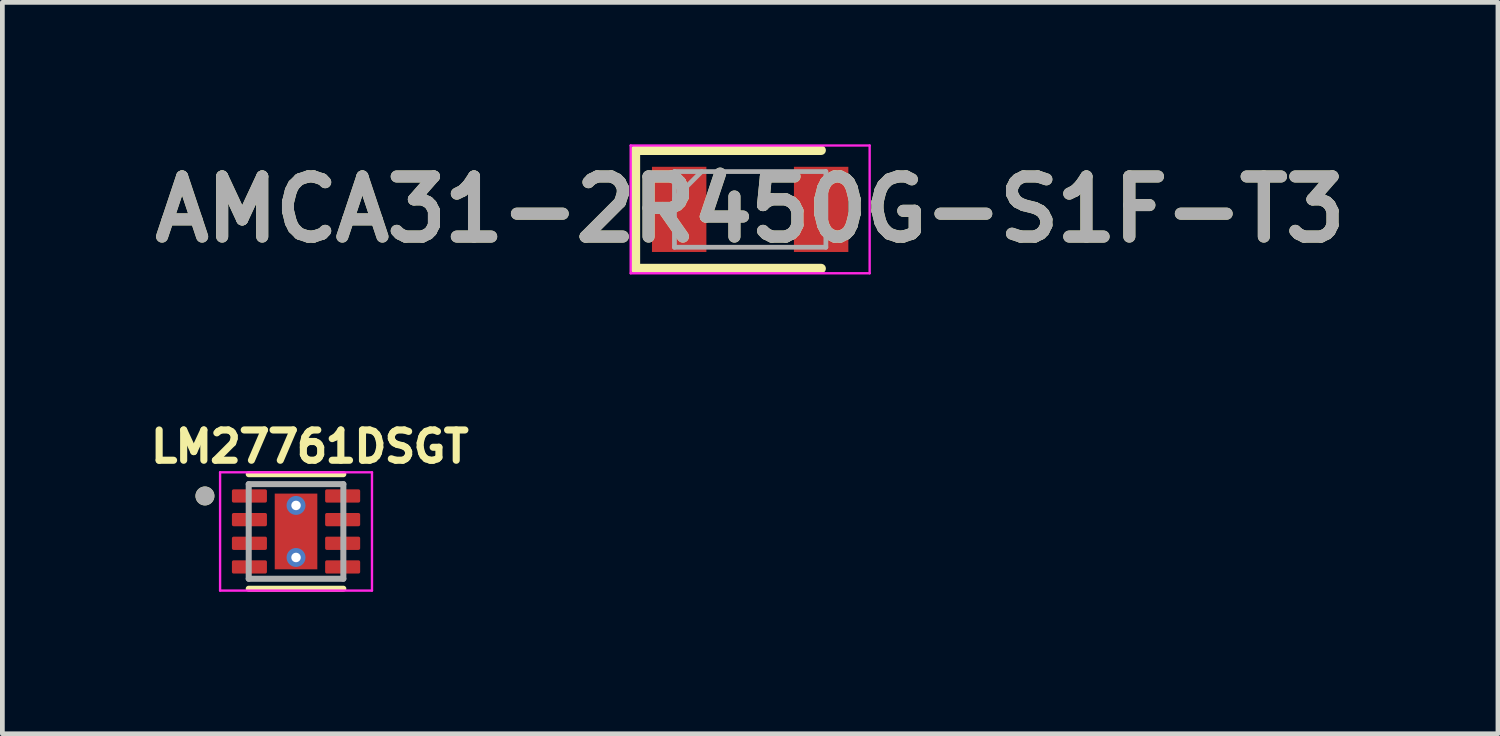
<source format=kicad_pcb>
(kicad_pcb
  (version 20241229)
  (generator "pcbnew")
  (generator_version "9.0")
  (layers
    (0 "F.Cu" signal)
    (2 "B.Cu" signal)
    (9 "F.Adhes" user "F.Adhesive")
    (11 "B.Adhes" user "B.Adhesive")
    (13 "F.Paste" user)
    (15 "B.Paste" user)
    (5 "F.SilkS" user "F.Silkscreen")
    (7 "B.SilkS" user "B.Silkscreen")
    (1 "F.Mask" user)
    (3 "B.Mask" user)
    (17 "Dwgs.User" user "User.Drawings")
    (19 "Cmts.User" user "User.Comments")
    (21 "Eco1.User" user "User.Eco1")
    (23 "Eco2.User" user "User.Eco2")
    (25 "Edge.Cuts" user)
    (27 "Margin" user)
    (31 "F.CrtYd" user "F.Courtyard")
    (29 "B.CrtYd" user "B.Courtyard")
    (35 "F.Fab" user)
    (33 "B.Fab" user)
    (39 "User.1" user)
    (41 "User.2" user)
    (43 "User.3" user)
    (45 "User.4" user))
  (footprint "LM27761DSGT"
    (layer "F.Cu")
    (at 3.206 8.181)
    (property "Reference" "LM27761DSGT" (at 0.292 -1.793 0) (layer "F.SilkS") (effects (font (size 0.64 0.64) (thickness 0.15))))
    (attr smd)
    (fp_line (start -1 -1.21) (end 1 -1.21) (stroke (width 0.127) (type solid)) (layer "F.SilkS"))
    (fp_line (start -1 1.21) (end 1 1.21) (stroke (width 0.127) (type solid)) (layer "F.SilkS"))
    (fp_circle (center -1.925 -0.75) (end -1.825 -0.75) (stroke (width 0.2) (type solid)) (fill no) (layer "F.SilkS"))
    (fp_poly (pts (xy -0.28 -0.51) (xy 0.28 -0.51) (xy 0.28 0.51) (xy -0.28 0.51)) (stroke (width 0.01) (type solid)) (fill yes) (layer "F.Paste"))
    (fp_line (start -1.605 -1.25) (end -1.605 1.25) (stroke (width 0.05) (type solid)) (layer "F.CrtYd"))
    (fp_line (start -1.605 -1.25) (end 1.605 -1.25) (stroke (width 0.05) (type solid)) (layer "F.CrtYd"))
    (fp_line (start -1.605 1.25) (end 1.605 1.25) (stroke (width 0.05) (type solid)) (layer "F.CrtYd"))
    (fp_line (start 1.605 -1.25) (end 1.605 1.25) (stroke (width 0.05) (type solid)) (layer "F.CrtYd"))
    (fp_line (start -1 -1) (end -1 1) (stroke (width 0.127) (type solid)) (layer "F.Fab"))
    (fp_line (start -1 -1) (end 1 -1) (stroke (width 0.127) (type solid)) (layer "F.Fab"))
    (fp_line (start -1 1) (end 1 1) (stroke (width 0.127) (type solid)) (layer "F.Fab"))
    (fp_line (start 1 -1) (end 1 1) (stroke (width 0.127) (type solid)) (layer "F.Fab"))
    (fp_circle (center -1.925 -0.75) (end -1.825 -0.75) (stroke (width 0.2) (type solid)) (fill no) (layer "F.Fab"))
    (pad "1" smd roundrect (at -0.985 -0.75) (size 0.74 0.28) (layers "F.Cu" "F.Mask" "F.Paste") (roundrect_rratio 0.125))
    (pad "2" smd roundrect (at -0.985 -0.25) (size 0.74 0.28) (layers "F.Cu" "F.Mask" "F.Paste") (roundrect_rratio 0.125))
    (pad "3" smd roundrect (at -0.985 0.25) (size 0.74 0.28) (layers "F.Cu" "F.Mask" "F.Paste") (roundrect_rratio 0.125))
    (pad "4" smd roundrect (at -0.985 0.75) (size 0.74 0.28) (layers "F.Cu" "F.Mask" "F.Paste") (roundrect_rratio 0.125))
    (pad "5" smd roundrect (at 0.985 0.75) (size 0.74 0.28) (layers "F.Cu" "F.Mask" "F.Paste") (roundrect_rratio 0.125))
    (pad "6" smd roundrect (at 0.985 0.25) (size 0.74 0.28) (layers "F.Cu" "F.Mask" "F.Paste") (roundrect_rratio 0.125))
    (pad "7" smd roundrect (at 0.985 -0.25) (size 0.74 0.28) (layers "F.Cu" "F.Mask" "F.Paste") (roundrect_rratio 0.125))
    (pad "8" smd roundrect (at 0.985 -0.75) (size 0.74 0.28) (layers "F.Cu" "F.Mask" "F.Paste") (roundrect_rratio 0.125))
    (pad "9" smd rect (at 0 0) (size 0.9 1.6) (layers "F.Cu" "F.Mask"))
    (pad "9_1" thru_hole circle (at 0 -0.55) (size 0.4 0.4) (drill 0.2) (layers "*.Cu"))
    (pad "9_2" thru_hole circle (at 0 0.55) (size 0.4 0.4) (drill 0.2) (layers "*.Cu")))
  (footprint "AMCA31-2R450G-S1F-T3"
    (layer "F.Cu")
    (at 12.803 1.375)
    (property "Reference" "AMCA31-2R450G-S1F-T3" (at 0 0 0) (layer "F.SilkS") (effects (font (size 1.27 1.27) (thickness 0.254))))
    (attr smd)
    (fp_line (start -2.425 -1.25) (end -2.425 1.25) (stroke (width 0.2) (type solid)) (layer "F.SilkS"))
    (fp_line (start -2.425 1.25) (end 1.5 1.25) (stroke (width 0.2) (type solid)) (layer "F.SilkS"))
    (fp_line (start 1.5 -1.25) (end -2.425 -1.25) (stroke (width 0.2) (type solid)) (layer "F.SilkS"))
    (fp_line (start -2.525 -1.35) (end 2.525 -1.35) (stroke (width 0.05) (type solid)) (layer "F.CrtYd"))
    (fp_line (start -2.525 1.35) (end -2.525 -1.35) (stroke (width 0.05) (type solid)) (layer "F.CrtYd"))
    (fp_line (start 2.525 -1.35) (end 2.525 1.35) (stroke (width 0.05) (type solid)) (layer "F.CrtYd"))
    (fp_line (start 2.525 1.35) (end -2.525 1.35) (stroke (width 0.05) (type solid)) (layer "F.CrtYd"))
    (fp_line (start -1.6 -0.8) (end 1.6 -0.8) (stroke (width 0.1) (type solid)) (layer "F.Fab"))
    (fp_line (start -1.6 -0.225) (end -1.025 -0.8) (stroke (width 0.1) (type solid)) (layer "F.Fab"))
    (fp_line (start -1.6 0.8) (end -1.6 -0.8) (stroke (width 0.1) (type solid)) (layer "F.Fab"))
    (fp_line (start 1.6 -0.8) (end 1.6 0.8) (stroke (width 0.1) (type solid)) (layer "F.Fab"))
    (fp_line (start 1.6 0.8) (end -1.6 0.8) (stroke (width 0.1) (type solid)) (layer "F.Fab"))
    (fp_text user "${REFERENCE}" (at 0 0 0) (layer "F.Fab") (effects (font (size 1.27 1.27) (thickness 0.254))))
    (pad "1" smd rect (at -1.5 0) (size 1.15 1.8) (layers "F.Cu" "F.Mask" "F.Paste"))
    (pad "2" smd rect (at 1.5 0) (size 1.15 1.8) (layers "F.Cu" "F.Mask" "F.Paste")))
  (gr_rect
    (start -3 -3)
    (end 28.606 12.456)
    (stroke (width 0.1) (type default))
    (fill no)
    (layer "Edge.Cuts")))
</source>
